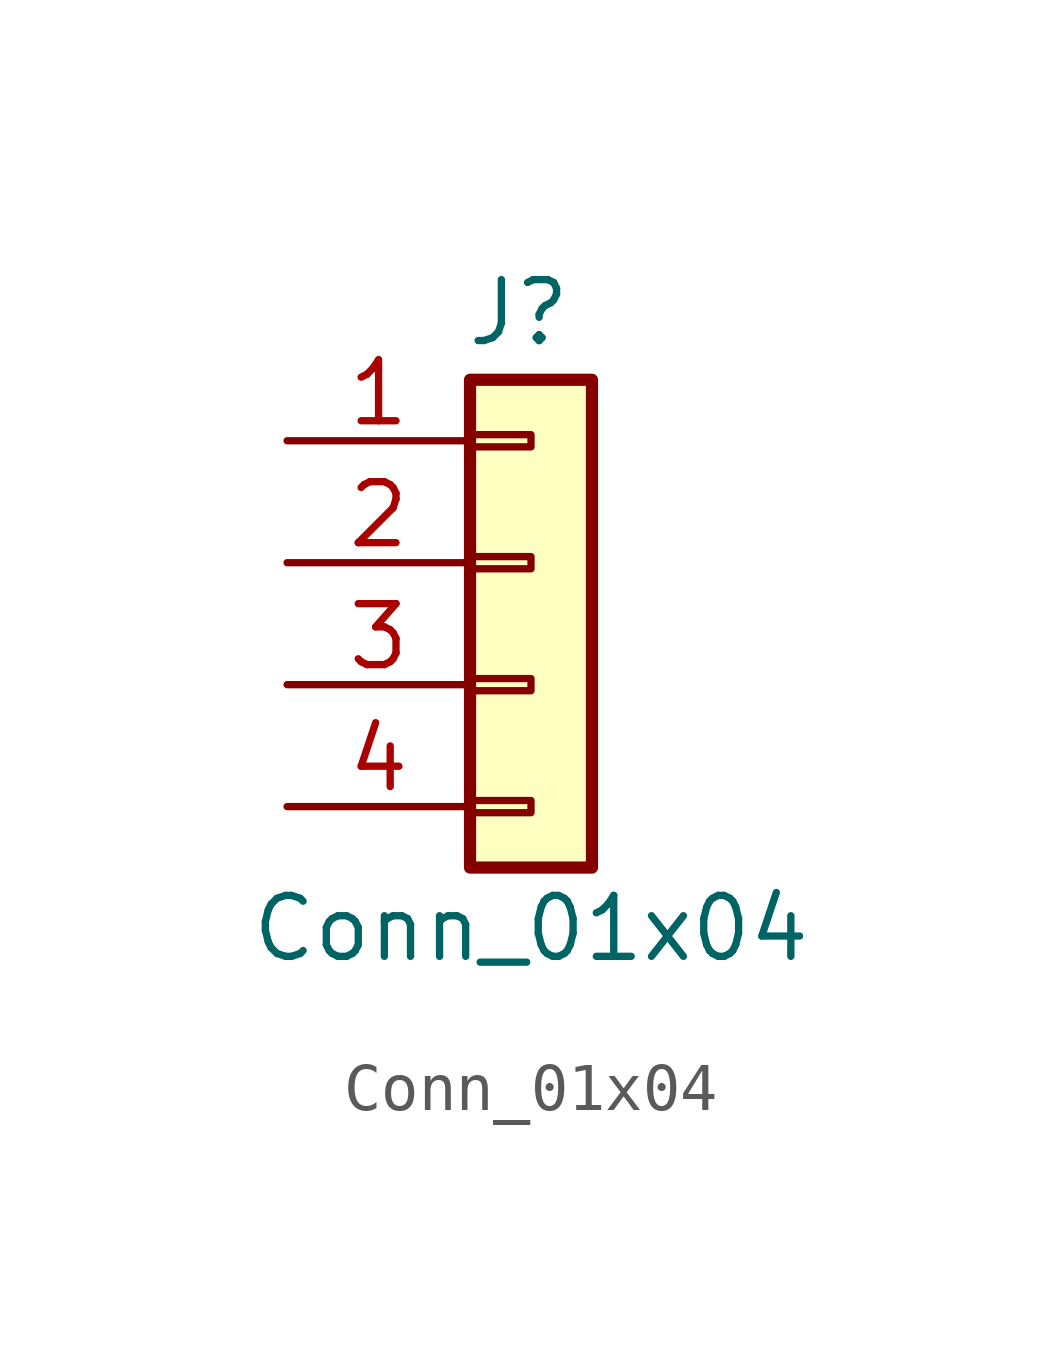
<source format=kicad_sym>
(kicad_symbol_lib
  (version 20241209)
  (generator "kicad_symbol_editor")
  (generator_version "9.0")
  (symbol "Conn_01x04"
    (pin_names
      (offset 1.016)
      (hide yes))
    (property "Reference" "J"
      (at -0.254 2.667 0)
      (effects (font (size 1.27 1.27))))
    (property "Value" "Conn_01x04"
      (at 0 -10.16 0)
      (effects (font (size 1.27 1.27))))
    (symbol "Conn_01x04_1_1"
      (rectangle (start -1.27 1.27) (end 1.27 -8.89) (stroke (width 0.254) (type default)) (fill (type background)))
      (rectangle (start -1.27 0.127) (end 0 -0.127) (stroke (width 0.152) (type default)) (fill (type none)))
      (rectangle (start -1.27 -2.413) (end 0 -2.667) (stroke (width 0.152) (type default)) (fill (type none)))
      (rectangle (start -1.27 -4.953) (end 0 -5.207) (stroke (width 0.152) (type default)) (fill (type none)))
      (rectangle (start -1.27 -7.493) (end 0 -7.747) (stroke (width 0.152) (type default)) (fill (type none)))
      (pin passive line (at -5.08 0 0) (length 3.81) (name "Pin_1" (effects (font (size 1.27 1.27)))) (number "1" (effects (font (size 1.27 1.27)))))
      (pin passive line (at -5.08 -2.54 0) (length 3.81) (name "Pin_2" (effects (font (size 1.27 1.27)))) (number "2" (effects (font (size 1.27 1.27)))))
      (pin passive line (at -5.08 -5.08 0) (length 3.81) (name "Pin_3" (effects (font (size 1.27 1.27)))) (number "3" (effects (font (size 1.27 1.27)))))
      (pin passive line (at -5.08 -7.62 0) (length 3.81) (name "Pin_4" (effects (font (size 1.27 1.27)))) (number "4" (effects (font (size 1.27 1.27))))))))
</source>
